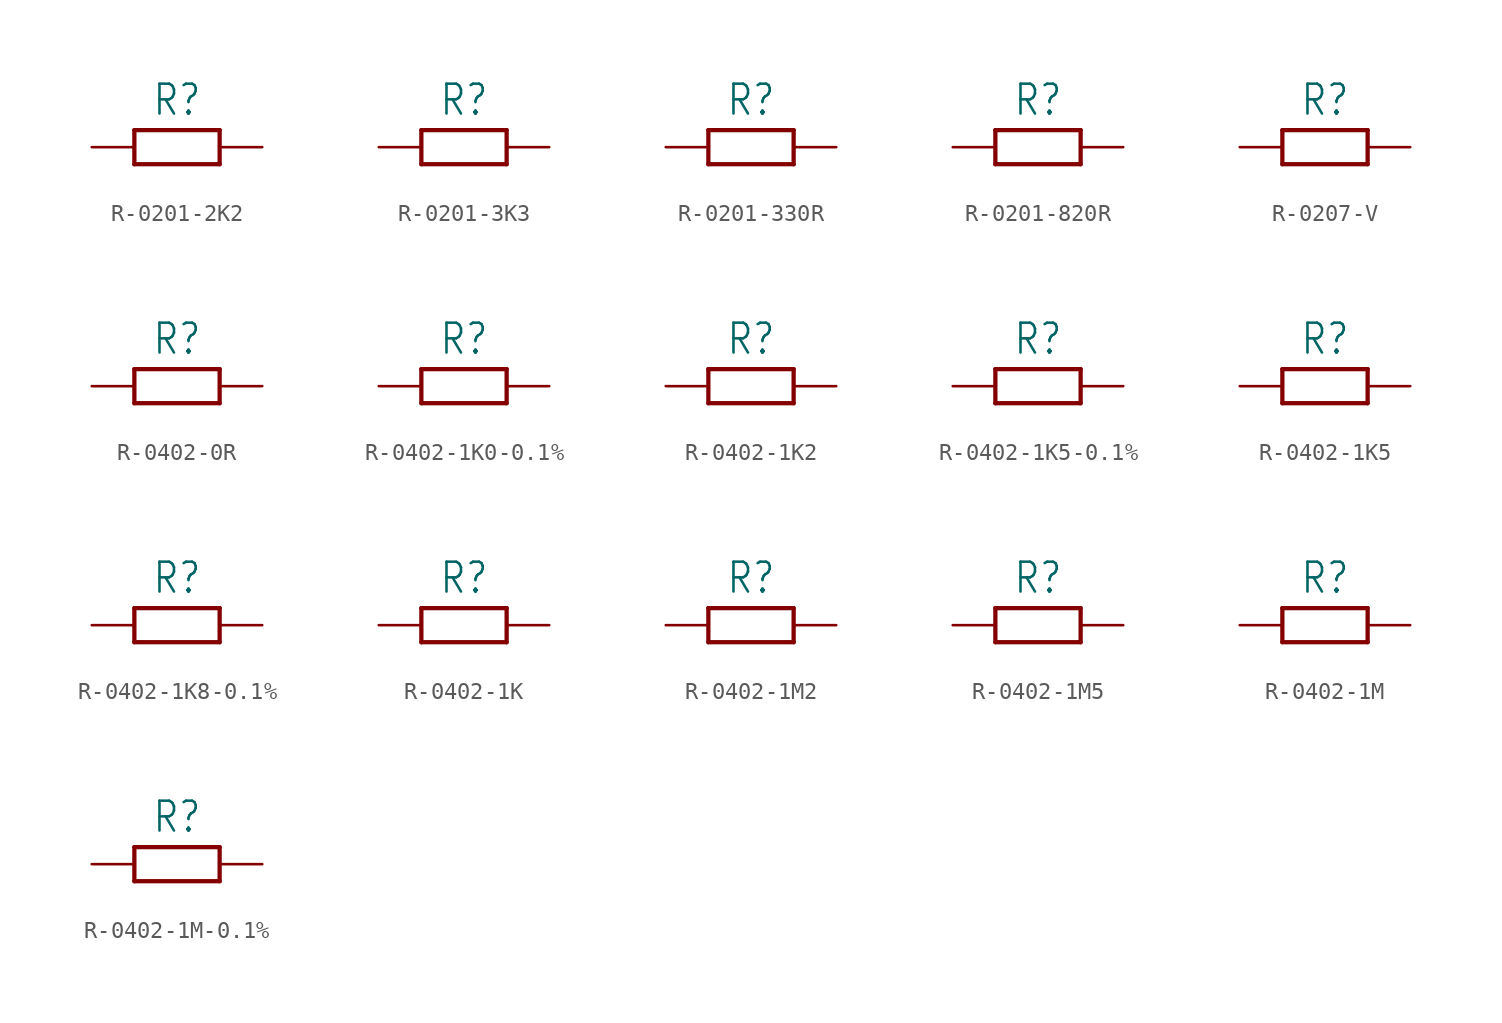
<source format=kicad_sym>
(kicad_symbol_lib
  (version 20231120)
  (generator "kicad_symbol_editor")
  (generator_version "8.0")
  (symbol "R-0201-2K2"
    (property "Reference" "R"
      (at 0 1.778 0)
      (effects (font (size 1.778 1.511)) (justify bottom)))
    (property "Value" ""
      (at 0 -1.778 0)
      (effects (font (size 1.778 1.511)) (justify top)))
    (property "ki_locked" ""
      (at 0 0 0)
      (effects (font (size 1.27 1.27))))
    (symbol "R-0201-2K2_1_0"
      (polyline (pts (xy -2.54 -1.016) (xy -2.54 1.016)) (stroke (width 0.254) (type solid)) (fill (type none)))
      (polyline (pts (xy -2.54 1.016) (xy 2.54 1.016)) (stroke (width 0.254) (type solid)) (fill (type none)))
      (polyline (pts (xy 2.54 -1.016) (xy -2.54 -1.016)) (stroke (width 0.254) (type solid)) (fill (type none)))
      (polyline (pts (xy 2.54 1.016) (xy 2.54 -1.016)) (stroke (width 0.254) (type solid)) (fill (type none)))
      (pin passive line (at -5.08 0 0) (length 2.54) (name "1" (effects (font (size 0 0)))) (number "1" (effects (font (size 0 0)))))
      (pin passive line (at 5.08 0 180) (length 2.54) (name "2" (effects (font (size 0 0)))) (number "2" (effects (font (size 0 0)))))))
  (symbol "R-0201-3K3"
    (property "Reference" "R"
      (at 0 1.778 0)
      (effects (font (size 1.778 1.511)) (justify bottom)))
    (property "Value" ""
      (at 0 -1.778 0)
      (effects (font (size 1.778 1.511)) (justify top)))
    (property "ki_locked" ""
      (at 0 0 0)
      (effects (font (size 1.27 1.27))))
    (symbol "R-0201-3K3_1_0"
      (polyline (pts (xy -2.54 -1.016) (xy -2.54 1.016)) (stroke (width 0.254) (type solid)) (fill (type none)))
      (polyline (pts (xy -2.54 1.016) (xy 2.54 1.016)) (stroke (width 0.254) (type solid)) (fill (type none)))
      (polyline (pts (xy 2.54 -1.016) (xy -2.54 -1.016)) (stroke (width 0.254) (type solid)) (fill (type none)))
      (polyline (pts (xy 2.54 1.016) (xy 2.54 -1.016)) (stroke (width 0.254) (type solid)) (fill (type none)))
      (pin passive line (at -5.08 0 0) (length 2.54) (name "1" (effects (font (size 0 0)))) (number "1" (effects (font (size 0 0)))))
      (pin passive line (at 5.08 0 180) (length 2.54) (name "2" (effects (font (size 0 0)))) (number "2" (effects (font (size 0 0)))))))
  (symbol "R-0201-330R"
    (property "Reference" "R"
      (at 0 1.778 0)
      (effects (font (size 1.778 1.511)) (justify bottom)))
    (property "Value" ""
      (at 0 -1.778 0)
      (effects (font (size 1.778 1.511)) (justify top)))
    (property "ki_locked" ""
      (at 0 0 0)
      (effects (font (size 1.27 1.27))))
    (symbol "R-0201-330R_1_0"
      (polyline (pts (xy -2.54 -1.016) (xy -2.54 1.016)) (stroke (width 0.254) (type solid)) (fill (type none)))
      (polyline (pts (xy -2.54 1.016) (xy 2.54 1.016)) (stroke (width 0.254) (type solid)) (fill (type none)))
      (polyline (pts (xy 2.54 -1.016) (xy -2.54 -1.016)) (stroke (width 0.254) (type solid)) (fill (type none)))
      (polyline (pts (xy 2.54 1.016) (xy 2.54 -1.016)) (stroke (width 0.254) (type solid)) (fill (type none)))
      (pin passive line (at -5.08 0 0) (length 2.54) (name "1" (effects (font (size 0 0)))) (number "1" (effects (font (size 0 0)))))
      (pin passive line (at 5.08 0 180) (length 2.54) (name "2" (effects (font (size 0 0)))) (number "2" (effects (font (size 0 0)))))))
  (symbol "R-0201-820R"
    (property "Reference" "R"
      (at 0 1.778 0)
      (effects (font (size 1.778 1.511)) (justify bottom)))
    (property "Value" ""
      (at 0 -1.778 0)
      (effects (font (size 1.778 1.511)) (justify top)))
    (property "ki_locked" ""
      (at 0 0 0)
      (effects (font (size 1.27 1.27))))
    (symbol "R-0201-820R_1_0"
      (polyline (pts (xy -2.54 -1.016) (xy -2.54 1.016)) (stroke (width 0.254) (type solid)) (fill (type none)))
      (polyline (pts (xy -2.54 1.016) (xy 2.54 1.016)) (stroke (width 0.254) (type solid)) (fill (type none)))
      (polyline (pts (xy 2.54 -1.016) (xy -2.54 -1.016)) (stroke (width 0.254) (type solid)) (fill (type none)))
      (polyline (pts (xy 2.54 1.016) (xy 2.54 -1.016)) (stroke (width 0.254) (type solid)) (fill (type none)))
      (pin passive line (at -5.08 0 0) (length 2.54) (name "1" (effects (font (size 0 0)))) (number "1" (effects (font (size 0 0)))))
      (pin passive line (at 5.08 0 180) (length 2.54) (name "2" (effects (font (size 0 0)))) (number "2" (effects (font (size 0 0)))))))
  (symbol "R-0207-V"
    (property "Reference" "R"
      (at 0 1.778 0)
      (effects (font (size 1.778 1.511)) (justify bottom)))
    (property "Value" ""
      (at 0 -1.778 0)
      (effects (font (size 1.778 1.511)) (justify top)))
    (property "ki_locked" ""
      (at 0 0 0)
      (effects (font (size 1.27 1.27))))
    (symbol "R-0207-V_1_0"
      (polyline (pts (xy -2.54 -1.016) (xy -2.54 1.016)) (stroke (width 0.254) (type solid)) (fill (type none)))
      (polyline (pts (xy -2.54 1.016) (xy 2.54 1.016)) (stroke (width 0.254) (type solid)) (fill (type none)))
      (polyline (pts (xy 2.54 -1.016) (xy -2.54 -1.016)) (stroke (width 0.254) (type solid)) (fill (type none)))
      (polyline (pts (xy 2.54 1.016) (xy 2.54 -1.016)) (stroke (width 0.254) (type solid)) (fill (type none)))
      (pin passive line (at -5.08 0 0) (length 2.54) (name "1" (effects (font (size 0 0)))) (number "1" (effects (font (size 0 0)))))
      (pin passive line (at 5.08 0 180) (length 2.54) (name "2" (effects (font (size 0 0)))) (number "2" (effects (font (size 0 0)))))))
  (symbol "R-0402-0R"
    (property "Reference" "R"
      (at 0 1.778 0)
      (effects (font (size 1.778 1.511)) (justify bottom)))
    (property "Value" ""
      (at 0 -1.778 0)
      (effects (font (size 1.778 1.511)) (justify top)))
    (property "ki_locked" ""
      (at 0 0 0)
      (effects (font (size 1.27 1.27))))
    (symbol "R-0402-0R_1_0"
      (polyline (pts (xy -2.54 -1.016) (xy -2.54 1.016)) (stroke (width 0.254) (type solid)) (fill (type none)))
      (polyline (pts (xy -2.54 1.016) (xy 2.54 1.016)) (stroke (width 0.254) (type solid)) (fill (type none)))
      (polyline (pts (xy 2.54 -1.016) (xy -2.54 -1.016)) (stroke (width 0.254) (type solid)) (fill (type none)))
      (polyline (pts (xy 2.54 1.016) (xy 2.54 -1.016)) (stroke (width 0.254) (type solid)) (fill (type none)))
      (pin passive line (at -5.08 0 0) (length 2.54) (name "1" (effects (font (size 0 0)))) (number "1" (effects (font (size 0 0)))))
      (pin passive line (at 5.08 0 180) (length 2.54) (name "2" (effects (font (size 0 0)))) (number "2" (effects (font (size 0 0)))))))
  (symbol "R-0402-1K0-0.1%"
    (property "Reference" "R"
      (at 0 1.778 0)
      (effects (font (size 1.778 1.511)) (justify bottom)))
    (property "Value" ""
      (at 0 -1.778 0)
      (effects (font (size 1.778 1.511)) (justify top)))
    (property "ki_locked" ""
      (at 0 0 0)
      (effects (font (size 1.27 1.27))))
    (symbol "R-0402-1K0-0.1%_1_0"
      (polyline (pts (xy -2.54 -1.016) (xy -2.54 1.016)) (stroke (width 0.254) (type solid)) (fill (type none)))
      (polyline (pts (xy -2.54 1.016) (xy 2.54 1.016)) (stroke (width 0.254) (type solid)) (fill (type none)))
      (polyline (pts (xy 2.54 -1.016) (xy -2.54 -1.016)) (stroke (width 0.254) (type solid)) (fill (type none)))
      (polyline (pts (xy 2.54 1.016) (xy 2.54 -1.016)) (stroke (width 0.254) (type solid)) (fill (type none)))
      (pin passive line (at -5.08 0 0) (length 2.54) (name "1" (effects (font (size 0 0)))) (number "1" (effects (font (size 0 0)))))
      (pin passive line (at 5.08 0 180) (length 2.54) (name "2" (effects (font (size 0 0)))) (number "2" (effects (font (size 0 0)))))))
  (symbol "R-0402-1K2"
    (property "Reference" "R"
      (at 0 1.778 0)
      (effects (font (size 1.778 1.511)) (justify bottom)))
    (property "Value" ""
      (at 0 -1.778 0)
      (effects (font (size 1.778 1.511)) (justify top)))
    (property "ki_locked" ""
      (at 0 0 0)
      (effects (font (size 1.27 1.27))))
    (symbol "R-0402-1K2_1_0"
      (polyline (pts (xy -2.54 -1.016) (xy -2.54 1.016)) (stroke (width 0.254) (type solid)) (fill (type none)))
      (polyline (pts (xy -2.54 1.016) (xy 2.54 1.016)) (stroke (width 0.254) (type solid)) (fill (type none)))
      (polyline (pts (xy 2.54 -1.016) (xy -2.54 -1.016)) (stroke (width 0.254) (type solid)) (fill (type none)))
      (polyline (pts (xy 2.54 1.016) (xy 2.54 -1.016)) (stroke (width 0.254) (type solid)) (fill (type none)))
      (pin passive line (at -5.08 0 0) (length 2.54) (name "1" (effects (font (size 0 0)))) (number "1" (effects (font (size 0 0)))))
      (pin passive line (at 5.08 0 180) (length 2.54) (name "2" (effects (font (size 0 0)))) (number "2" (effects (font (size 0 0)))))))
  (symbol "R-0402-1K5-0.1%"
    (property "Reference" "R"
      (at 0 1.778 0)
      (effects (font (size 1.778 1.511)) (justify bottom)))
    (property "Value" ""
      (at 0 -1.778 0)
      (effects (font (size 1.778 1.511)) (justify top)))
    (property "ki_locked" ""
      (at 0 0 0)
      (effects (font (size 1.27 1.27))))
    (symbol "R-0402-1K5-0.1%_1_0"
      (polyline (pts (xy -2.54 -1.016) (xy -2.54 1.016)) (stroke (width 0.254) (type solid)) (fill (type none)))
      (polyline (pts (xy -2.54 1.016) (xy 2.54 1.016)) (stroke (width 0.254) (type solid)) (fill (type none)))
      (polyline (pts (xy 2.54 -1.016) (xy -2.54 -1.016)) (stroke (width 0.254) (type solid)) (fill (type none)))
      (polyline (pts (xy 2.54 1.016) (xy 2.54 -1.016)) (stroke (width 0.254) (type solid)) (fill (type none)))
      (pin passive line (at -5.08 0 0) (length 2.54) (name "1" (effects (font (size 0 0)))) (number "1" (effects (font (size 0 0)))))
      (pin passive line (at 5.08 0 180) (length 2.54) (name "2" (effects (font (size 0 0)))) (number "2" (effects (font (size 0 0)))))))
  (symbol "R-0402-1K5"
    (property "Reference" "R"
      (at 0 1.778 0)
      (effects (font (size 1.778 1.511)) (justify bottom)))
    (property "Value" ""
      (at 0 -1.778 0)
      (effects (font (size 1.778 1.511)) (justify top)))
    (property "ki_locked" ""
      (at 0 0 0)
      (effects (font (size 1.27 1.27))))
    (symbol "R-0402-1K5_1_0"
      (polyline (pts (xy -2.54 -1.016) (xy -2.54 1.016)) (stroke (width 0.254) (type solid)) (fill (type none)))
      (polyline (pts (xy -2.54 1.016) (xy 2.54 1.016)) (stroke (width 0.254) (type solid)) (fill (type none)))
      (polyline (pts (xy 2.54 -1.016) (xy -2.54 -1.016)) (stroke (width 0.254) (type solid)) (fill (type none)))
      (polyline (pts (xy 2.54 1.016) (xy 2.54 -1.016)) (stroke (width 0.254) (type solid)) (fill (type none)))
      (pin passive line (at -5.08 0 0) (length 2.54) (name "1" (effects (font (size 0 0)))) (number "1" (effects (font (size 0 0)))))
      (pin passive line (at 5.08 0 180) (length 2.54) (name "2" (effects (font (size 0 0)))) (number "2" (effects (font (size 0 0)))))))
  (symbol "R-0402-1K8-0.1%"
    (property "Reference" "R"
      (at 0 1.778 0)
      (effects (font (size 1.778 1.511)) (justify bottom)))
    (property "Value" ""
      (at 0 -1.778 0)
      (effects (font (size 1.778 1.511)) (justify top)))
    (property "ki_locked" ""
      (at 0 0 0)
      (effects (font (size 1.27 1.27))))
    (symbol "R-0402-1K8-0.1%_1_0"
      (polyline (pts (xy -2.54 -1.016) (xy -2.54 1.016)) (stroke (width 0.254) (type solid)) (fill (type none)))
      (polyline (pts (xy -2.54 1.016) (xy 2.54 1.016)) (stroke (width 0.254) (type solid)) (fill (type none)))
      (polyline (pts (xy 2.54 -1.016) (xy -2.54 -1.016)) (stroke (width 0.254) (type solid)) (fill (type none)))
      (polyline (pts (xy 2.54 1.016) (xy 2.54 -1.016)) (stroke (width 0.254) (type solid)) (fill (type none)))
      (pin passive line (at -5.08 0 0) (length 2.54) (name "1" (effects (font (size 0 0)))) (number "1" (effects (font (size 0 0)))))
      (pin passive line (at 5.08 0 180) (length 2.54) (name "2" (effects (font (size 0 0)))) (number "2" (effects (font (size 0 0)))))))
  (symbol "R-0402-1K"
    (property "Reference" "R"
      (at 0 1.778 0)
      (effects (font (size 1.778 1.511)) (justify bottom)))
    (property "Value" ""
      (at 0 -1.778 0)
      (effects (font (size 1.778 1.511)) (justify top)))
    (property "ki_locked" ""
      (at 0 0 0)
      (effects (font (size 1.27 1.27))))
    (symbol "R-0402-1K_1_0"
      (polyline (pts (xy -2.54 -1.016) (xy -2.54 1.016)) (stroke (width 0.254) (type solid)) (fill (type none)))
      (polyline (pts (xy -2.54 1.016) (xy 2.54 1.016)) (stroke (width 0.254) (type solid)) (fill (type none)))
      (polyline (pts (xy 2.54 -1.016) (xy -2.54 -1.016)) (stroke (width 0.254) (type solid)) (fill (type none)))
      (polyline (pts (xy 2.54 1.016) (xy 2.54 -1.016)) (stroke (width 0.254) (type solid)) (fill (type none)))
      (pin passive line (at -5.08 0 0) (length 2.54) (name "1" (effects (font (size 0 0)))) (number "1" (effects (font (size 0 0)))))
      (pin passive line (at 5.08 0 180) (length 2.54) (name "2" (effects (font (size 0 0)))) (number "2" (effects (font (size 0 0)))))))
  (symbol "R-0402-1M2"
    (property "Reference" "R"
      (at 0 1.778 0)
      (effects (font (size 1.778 1.511)) (justify bottom)))
    (property "Value" ""
      (at 0 -1.778 0)
      (effects (font (size 1.778 1.511)) (justify top)))
    (property "ki_locked" ""
      (at 0 0 0)
      (effects (font (size 1.27 1.27))))
    (symbol "R-0402-1M2_1_0"
      (polyline (pts (xy -2.54 -1.016) (xy -2.54 1.016)) (stroke (width 0.254) (type solid)) (fill (type none)))
      (polyline (pts (xy -2.54 1.016) (xy 2.54 1.016)) (stroke (width 0.254) (type solid)) (fill (type none)))
      (polyline (pts (xy 2.54 -1.016) (xy -2.54 -1.016)) (stroke (width 0.254) (type solid)) (fill (type none)))
      (polyline (pts (xy 2.54 1.016) (xy 2.54 -1.016)) (stroke (width 0.254) (type solid)) (fill (type none)))
      (pin passive line (at -5.08 0 0) (length 2.54) (name "1" (effects (font (size 0 0)))) (number "1" (effects (font (size 0 0)))))
      (pin passive line (at 5.08 0 180) (length 2.54) (name "2" (effects (font (size 0 0)))) (number "2" (effects (font (size 0 0)))))))
  (symbol "R-0402-1M5"
    (property "Reference" "R"
      (at 0 1.778 0)
      (effects (font (size 1.778 1.511)) (justify bottom)))
    (property "Value" ""
      (at 0 -1.778 0)
      (effects (font (size 1.778 1.511)) (justify top)))
    (property "ki_locked" ""
      (at 0 0 0)
      (effects (font (size 1.27 1.27))))
    (symbol "R-0402-1M5_1_0"
      (polyline (pts (xy -2.54 -1.016) (xy -2.54 1.016)) (stroke (width 0.254) (type solid)) (fill (type none)))
      (polyline (pts (xy -2.54 1.016) (xy 2.54 1.016)) (stroke (width 0.254) (type solid)) (fill (type none)))
      (polyline (pts (xy 2.54 -1.016) (xy -2.54 -1.016)) (stroke (width 0.254) (type solid)) (fill (type none)))
      (polyline (pts (xy 2.54 1.016) (xy 2.54 -1.016)) (stroke (width 0.254) (type solid)) (fill (type none)))
      (pin passive line (at -5.08 0 0) (length 2.54) (name "1" (effects (font (size 0 0)))) (number "1" (effects (font (size 0 0)))))
      (pin passive line (at 5.08 0 180) (length 2.54) (name "2" (effects (font (size 0 0)))) (number "2" (effects (font (size 0 0)))))))
  (symbol "R-0402-1M"
    (property "Reference" "R"
      (at 0 1.778 0)
      (effects (font (size 1.778 1.511)) (justify bottom)))
    (property "Value" ""
      (at 0 -1.778 0)
      (effects (font (size 1.778 1.511)) (justify top)))
    (property "ki_locked" ""
      (at 0 0 0)
      (effects (font (size 1.27 1.27))))
    (symbol "R-0402-1M_1_0"
      (polyline (pts (xy -2.54 -1.016) (xy -2.54 1.016)) (stroke (width 0.254) (type solid)) (fill (type none)))
      (polyline (pts (xy -2.54 1.016) (xy 2.54 1.016)) (stroke (width 0.254) (type solid)) (fill (type none)))
      (polyline (pts (xy 2.54 -1.016) (xy -2.54 -1.016)) (stroke (width 0.254) (type solid)) (fill (type none)))
      (polyline (pts (xy 2.54 1.016) (xy 2.54 -1.016)) (stroke (width 0.254) (type solid)) (fill (type none)))
      (pin passive line (at -5.08 0 0) (length 2.54) (name "1" (effects (font (size 0 0)))) (number "1" (effects (font (size 0 0)))))
      (pin passive line (at 5.08 0 180) (length 2.54) (name "2" (effects (font (size 0 0)))) (number "2" (effects (font (size 0 0)))))))
  (symbol "R-0402-1M-0.1%"
    (property "Reference" "R"
      (at 0 1.778 0)
      (effects (font (size 1.778 1.511)) (justify bottom)))
    (property "Value" ""
      (at 0 -1.778 0)
      (effects (font (size 1.778 1.511)) (justify top)))
    (property "ki_locked" ""
      (at 0 0 0)
      (effects (font (size 1.27 1.27))))
    (symbol "R-0402-1M-0.1%_1_0"
      (polyline (pts (xy -2.54 -1.016) (xy -2.54 1.016)) (stroke (width 0.254) (type solid)) (fill (type none)))
      (polyline (pts (xy -2.54 1.016) (xy 2.54 1.016)) (stroke (width 0.254) (type solid)) (fill (type none)))
      (polyline (pts (xy 2.54 -1.016) (xy -2.54 -1.016)) (stroke (width 0.254) (type solid)) (fill (type none)))
      (polyline (pts (xy 2.54 1.016) (xy 2.54 -1.016)) (stroke (width 0.254) (type solid)) (fill (type none)))
      (pin passive line (at -5.08 0 0) (length 2.54) (name "1" (effects (font (size 0 0)))) (number "1" (effects (font (size 0 0)))))
      (pin passive line (at 5.08 0 180) (length 2.54) (name "2" (effects (font (size 0 0)))) (number "2" (effects (font (size 0 0))))))))
</source>
